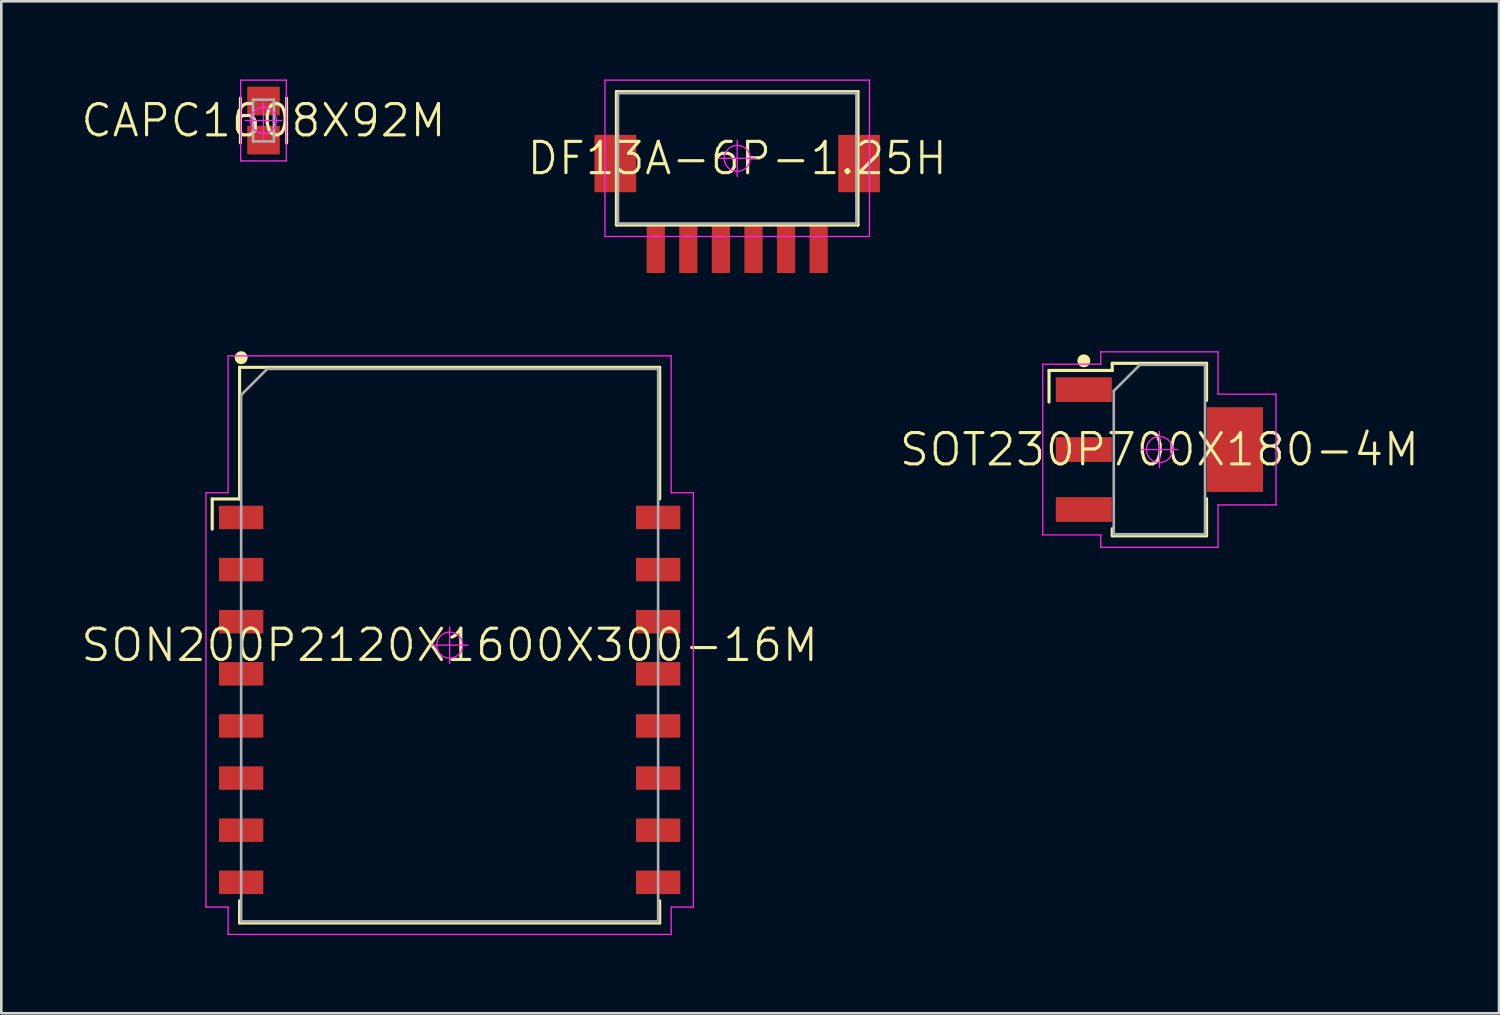
<source format=kicad_pcb>
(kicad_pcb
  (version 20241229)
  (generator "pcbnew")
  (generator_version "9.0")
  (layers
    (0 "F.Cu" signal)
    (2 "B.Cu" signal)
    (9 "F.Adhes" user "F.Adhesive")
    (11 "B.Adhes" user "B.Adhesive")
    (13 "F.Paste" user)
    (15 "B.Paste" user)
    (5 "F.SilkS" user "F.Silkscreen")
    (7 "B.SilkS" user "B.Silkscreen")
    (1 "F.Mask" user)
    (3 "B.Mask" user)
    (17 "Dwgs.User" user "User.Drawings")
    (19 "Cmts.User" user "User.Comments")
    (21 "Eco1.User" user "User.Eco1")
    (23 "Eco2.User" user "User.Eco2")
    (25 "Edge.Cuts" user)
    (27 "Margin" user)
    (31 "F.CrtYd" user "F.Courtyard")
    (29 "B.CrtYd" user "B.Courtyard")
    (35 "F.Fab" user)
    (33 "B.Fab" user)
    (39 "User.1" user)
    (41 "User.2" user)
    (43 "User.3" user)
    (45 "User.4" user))
  (footprint "CAPC1608X92M"
    (layer "F.Cu")
    (at 7.06 1.575)
    (property "Reference" "CAPC1608X92M" (at 0 0 0) (layer "F.SilkS") (effects (font (size 1.2 1.2) (thickness 0.12))))
    (attr smd)
    (fp_line (start -0.885 -0.86) (end -0.885 0.86) (stroke (width 0.12) (type solid)) (layer "F.SilkS"))
    (fp_line (start 0.885 -0.86) (end 0.885 0.86) (stroke (width 0.12) (type solid)) (layer "F.SilkS"))
    (fp_line (start -0.875 -1.55) (end -0.875 -1.05) (stroke (width 0.05) (type solid)) (layer "F.CrtYd"))
    (fp_line (start -0.875 -1.05) (end -0.875 1.05) (stroke (width 0.05) (type solid)) (layer "F.CrtYd"))
    (fp_line (start -0.875 1.05) (end -0.875 1.55) (stroke (width 0.05) (type solid)) (layer "F.CrtYd"))
    (fp_line (start -0.875 1.55) (end 0.875 1.55) (stroke (width 0.05) (type solid)) (layer "F.CrtYd"))
    (fp_line (start -0.7 0) (end 0.7 0) (stroke (width 0.05) (type solid)) (layer "F.CrtYd"))
    (fp_line (start 0 -0.7) (end 0 0.7) (stroke (width 0.05) (type solid)) (layer "F.CrtYd"))
    (fp_line (start 0.875 -1.55) (end -0.875 -1.55) (stroke (width 0.05) (type solid)) (layer "F.CrtYd"))
    (fp_line (start 0.875 -1.05) (end 0.875 -1.55) (stroke (width 0.05) (type solid)) (layer "F.CrtYd"))
    (fp_line (start 0.875 1.05) (end 0.875 -1.05) (stroke (width 0.05) (type solid)) (layer "F.CrtYd"))
    (fp_line (start 0.875 1.55) (end 0.875 1.05) (stroke (width 0.05) (type solid)) (layer "F.CrtYd"))
    (fp_circle (center 0 0) (end 0 0.5) (stroke (width 0.05) (type solid)) (fill no) (layer "F.CrtYd"))
    (fp_line (start -0.4 -0.8) (end 0.4 -0.8) (stroke (width 0.1) (type solid)) (layer "F.Fab"))
    (fp_line (start -0.4 0.8) (end -0.4 -0.8) (stroke (width 0.1) (type solid)) (layer "F.Fab"))
    (fp_line (start 0.4 -0.8) (end 0.4 0.8) (stroke (width 0.1) (type solid)) (layer "F.Fab"))
    (fp_line (start 0.4 0.8) (end -0.4 0.8) (stroke (width 0.1) (type solid)) (layer "F.Fab"))
    (pad "1" smd rect (at 0 -0.75) (size 1.25 1.1) (layers "F.Cu" "F.Mask" "F.Paste"))
    (pad "2" smd rect (at 0 0.75) (size 1.25 1.1) (layers "F.Cu" "F.Mask" "F.Paste")))
  (footprint "SON200P2120X1600X300-16M"
    (layer "F.Cu")
    (at 14.203 21.705)
    (property "Reference" "SON200P2120X1600X300-16M" (at 0 0 0) (layer "F.SilkS") (effects (font (size 1.2 1.2) (thickness 0.12))))
    (attr smd)
    (fp_line (start -9.11 -5.61) (end -8.06 -5.61) (stroke (width 0.12) (type solid)) (layer "F.SilkS"))
    (fp_line (start -9.11 -4.45) (end -9.11 -5.61) (stroke (width 0.12) (type solid)) (layer "F.SilkS"))
    (fp_line (start -8.06 -10.66) (end 8.06 -10.66) (stroke (width 0.12) (type solid)) (layer "F.SilkS"))
    (fp_line (start -8.06 -5.61) (end -8.06 -10.66) (stroke (width 0.12) (type solid)) (layer "F.SilkS"))
    (fp_line (start -8.06 9.81) (end -8.06 10.66) (stroke (width 0.12) (type solid)) (layer "F.SilkS"))
    (fp_line (start -8.06 10.66) (end 8.06 10.66) (stroke (width 0.12) (type solid)) (layer "F.SilkS"))
    (fp_line (start 8.06 -10.66) (end 8.06 -5.61) (stroke (width 0.12) (type solid)) (layer "F.SilkS"))
    (fp_line (start 8.06 10.66) (end 8.06 9.81) (stroke (width 0.12) (type solid)) (layer "F.SilkS"))
    (fp_circle (center -8 -11.03) (end -8 -10.905) (stroke (width 0.25) (type solid)) (fill no) (layer "F.SilkS"))
    (fp_line (start -9.35 -5.85) (end -8.5 -5.85) (stroke (width 0.05) (type solid)) (layer "F.CrtYd"))
    (fp_line (start -9.35 10.05) (end -9.35 -5.85) (stroke (width 0.05) (type solid)) (layer "F.CrtYd"))
    (fp_line (start -8.5 -11.1) (end 8.5 -11.1) (stroke (width 0.05) (type solid)) (layer "F.CrtYd"))
    (fp_line (start -8.5 -5.85) (end -8.5 -11.1) (stroke (width 0.05) (type solid)) (layer "F.CrtYd"))
    (fp_line (start -8.5 10.05) (end -9.35 10.05) (stroke (width 0.05) (type solid)) (layer "F.CrtYd"))
    (fp_line (start -8.5 11.1) (end -8.5 10.05) (stroke (width 0.05) (type solid)) (layer "F.CrtYd"))
    (fp_line (start -0.7 0) (end 0.7 0) (stroke (width 0.05) (type solid)) (layer "F.CrtYd"))
    (fp_line (start 0 -0.7) (end 0 0.7) (stroke (width 0.05) (type solid)) (layer "F.CrtYd"))
    (fp_line (start 8.5 -11.1) (end 8.5 -5.85) (stroke (width 0.05) (type solid)) (layer "F.CrtYd"))
    (fp_line (start 8.5 -5.85) (end 9.35 -5.85) (stroke (width 0.05) (type solid)) (layer "F.CrtYd"))
    (fp_line (start 8.5 10.05) (end 8.5 11.1) (stroke (width 0.05) (type solid)) (layer "F.CrtYd"))
    (fp_line (start 8.5 11.1) (end -8.5 11.1) (stroke (width 0.05) (type solid)) (layer "F.CrtYd"))
    (fp_line (start 9.35 -5.85) (end 9.35 10.05) (stroke (width 0.05) (type solid)) (layer "F.CrtYd"))
    (fp_line (start 9.35 10.05) (end 8.5 10.05) (stroke (width 0.05) (type solid)) (layer "F.CrtYd"))
    (fp_circle (center 0 0) (end 0 0.5) (stroke (width 0.05) (type solid)) (fill no) (layer "F.CrtYd"))
    (fp_line (start -8 -9.6) (end -7 -10.6) (stroke (width 0.1) (type solid)) (layer "F.Fab"))
    (fp_line (start -8 10.6) (end -8 -9.6) (stroke (width 0.1) (type solid)) (layer "F.Fab"))
    (fp_line (start -7 -10.6) (end 8 -10.6) (stroke (width 0.1) (type solid)) (layer "F.Fab"))
    (fp_line (start 8 -10.6) (end 8 10.6) (stroke (width 0.1) (type solid)) (layer "F.Fab"))
    (fp_line (start 8 10.6) (end -8 10.6) (stroke (width 0.1) (type solid)) (layer "F.Fab"))
    (pad "1" smd rect (at -8 -4.9) (size 1.7 0.9) (layers "F.Cu" "F.Mask" "F.Paste"))
    (pad "2" smd rect (at -8 -2.9) (size 1.7 0.9) (layers "F.Cu" "F.Mask" "F.Paste"))
    (pad "3" smd rect (at -8 -0.9) (size 1.7 0.9) (layers "F.Cu" "F.Mask" "F.Paste"))
    (pad "4" smd rect (at -8 1.1) (size 1.7 0.9) (layers "F.Cu" "F.Mask" "F.Paste"))
    (pad "5" smd rect (at -8 3.1) (size 1.7 0.9) (layers "F.Cu" "F.Mask" "F.Paste"))
    (pad "6" smd rect (at -8 5.1) (size 1.7 0.9) (layers "F.Cu" "F.Mask" "F.Paste"))
    (pad "7" smd rect (at -8 7.1) (size 1.7 0.9) (layers "F.Cu" "F.Mask" "F.Paste"))
    (pad "8" smd rect (at -8 9.1) (size 1.7 0.9) (layers "F.Cu" "F.Mask" "F.Paste"))
    (pad "9" smd rect (at 8 9.1) (size 1.7 0.9) (layers "F.Cu" "F.Mask" "F.Paste"))
    (pad "10" smd rect (at 8 7.1) (size 1.7 0.9) (layers "F.Cu" "F.Mask" "F.Paste"))
    (pad "11" smd rect (at 8 5.1) (size 1.7 0.9) (layers "F.Cu" "F.Mask" "F.Paste"))
    (pad "12" smd rect (at 8 3.1) (size 1.7 0.9) (layers "F.Cu" "F.Mask" "F.Paste"))
    (pad "13" smd rect (at 8 1.1) (size 1.7 0.9) (layers "F.Cu" "F.Mask" "F.Paste"))
    (pad "14" smd rect (at 8 -0.9) (size 1.7 0.9) (layers "F.Cu" "F.Mask" "F.Paste"))
    (pad "15" smd rect (at 8 -2.9) (size 1.7 0.9) (layers "F.Cu" "F.Mask" "F.Paste"))
    (pad "16" smd rect (at 8 -4.9) (size 1.7 0.9) (layers "F.Cu" "F.Mask" "F.Paste")))
  (footprint "SOT230P700X180-4M"
    (layer "F.Cu")
    (at 41.437 14.2)
    (property "Reference" "SOT230P700X180-4M" (at 0 0 0) (layer "F.SilkS") (effects (font (size 1.2 1.2) (thickness 0.12))))
    (attr smd)
    (fp_line (start -4.235 -3.035) (end -1.81 -3.035) (stroke (width 0.12) (type solid)) (layer "F.SilkS"))
    (fp_line (start -4.235 -1.825) (end -4.235 -3.035) (stroke (width 0.12) (type solid)) (layer "F.SilkS"))
    (fp_line (start -1.81 -3.31) (end 1.81 -3.31) (stroke (width 0.12) (type solid)) (layer "F.SilkS"))
    (fp_line (start -1.81 -3.035) (end -1.81 -3.31) (stroke (width 0.12) (type solid)) (layer "F.SilkS"))
    (fp_line (start -1.81 3.035) (end -1.81 3.31) (stroke (width 0.12) (type solid)) (layer "F.SilkS"))
    (fp_line (start -1.81 3.31) (end 1.81 3.31) (stroke (width 0.12) (type solid)) (layer "F.SilkS"))
    (fp_line (start 1.81 -3.31) (end 1.81 -1.885) (stroke (width 0.12) (type solid)) (layer "F.SilkS"))
    (fp_line (start 1.81 3.31) (end 1.81 1.885) (stroke (width 0.12) (type solid)) (layer "F.SilkS"))
    (fp_circle (center -2.9 -3.405) (end -2.9 -3.28) (stroke (width 0.25) (type solid)) (fill no) (layer "F.SilkS"))
    (fp_line (start -4.475 -3.275) (end -2.25 -3.275) (stroke (width 0.05) (type solid)) (layer "F.CrtYd"))
    (fp_line (start -4.475 3.275) (end -4.475 -3.275) (stroke (width 0.05) (type solid)) (layer "F.CrtYd"))
    (fp_line (start -2.25 -3.75) (end 2.25 -3.75) (stroke (width 0.05) (type solid)) (layer "F.CrtYd"))
    (fp_line (start -2.25 -3.275) (end -2.25 -3.75) (stroke (width 0.05) (type solid)) (layer "F.CrtYd"))
    (fp_line (start -2.25 3.275) (end -4.475 3.275) (stroke (width 0.05) (type solid)) (layer "F.CrtYd"))
    (fp_line (start -2.25 3.75) (end -2.25 3.275) (stroke (width 0.05) (type solid)) (layer "F.CrtYd"))
    (fp_line (start -0.7 0) (end 0.7 0) (stroke (width 0.05) (type solid)) (layer "F.CrtYd"))
    (fp_line (start 0 -0.7) (end 0 0.7) (stroke (width 0.05) (type solid)) (layer "F.CrtYd"))
    (fp_line (start 2.25 -3.75) (end 2.25 -2.125) (stroke (width 0.05) (type solid)) (layer "F.CrtYd"))
    (fp_line (start 2.25 -2.125) (end 4.475 -2.125) (stroke (width 0.05) (type solid)) (layer "F.CrtYd"))
    (fp_line (start 2.25 2.125) (end 2.25 3.75) (stroke (width 0.05) (type solid)) (layer "F.CrtYd"))
    (fp_line (start 2.25 3.75) (end -2.25 3.75) (stroke (width 0.05) (type solid)) (layer "F.CrtYd"))
    (fp_line (start 4.475 -2.125) (end 4.475 2.125) (stroke (width 0.05) (type solid)) (layer "F.CrtYd"))
    (fp_line (start 4.475 2.125) (end 2.25 2.125) (stroke (width 0.05) (type solid)) (layer "F.CrtYd"))
    (fp_circle (center 0 0) (end 0 0.5) (stroke (width 0.05) (type solid)) (fill no) (layer "F.CrtYd"))
    (fp_line (start -1.75 -2.25) (end -0.75 -3.25) (stroke (width 0.1) (type solid)) (layer "F.Fab"))
    (fp_line (start -1.75 3.25) (end -1.75 -2.25) (stroke (width 0.1) (type solid)) (layer "F.Fab"))
    (fp_line (start -0.75 -3.25) (end 1.75 -3.25) (stroke (width 0.1) (type solid)) (layer "F.Fab"))
    (fp_line (start 1.75 -3.25) (end 1.75 3.25) (stroke (width 0.1) (type solid)) (layer "F.Fab"))
    (fp_line (start 1.75 3.25) (end -1.75 3.25) (stroke (width 0.1) (type solid)) (layer "F.Fab"))
    (pad "1" smd rect (at -2.9 -2.3) (size 2.15 0.95) (layers "F.Cu" "F.Mask" "F.Paste"))
    (pad "2" smd rect (at -2.9 0) (size 2.15 0.95) (layers "F.Cu" "F.Mask" "F.Paste"))
    (pad "3" smd rect (at -2.9 2.3) (size 2.15 0.95) (layers "F.Cu" "F.Mask" "F.Paste"))
    (pad "4" smd rect (at 2.9 0) (size 2.15 3.25) (layers "F.Cu" "F.Mask" "F.Paste")))
  (footprint "DF13A-6P-1.25H"
    (layer "F.Cu")
    (at 25.237 3.025)
    (property "Reference" "DF13A-6P-1.25H" (at 0 0 0) (layer "F.SilkS") (effects (font (size 1.2 1.2) (thickness 0.12))))
    (attr smd)
    (fp_line (start -4.635 -2.56) (end 4.635 -2.56) (stroke (width 0.12) (type solid)) (layer "F.SilkS"))
    (fp_line (start -4.635 2.56) (end -4.635 -2.56) (stroke (width 0.12) (type solid)) (layer "F.SilkS"))
    (fp_line (start 4.635 -2.56) (end 4.635 2.56) (stroke (width 0.12) (type solid)) (layer "F.SilkS"))
    (fp_line (start 4.635 2.56) (end -4.635 2.56) (stroke (width 0.12) (type solid)) (layer "F.SilkS"))
    (fp_line (start -5.075 -3) (end 5.075 -3) (stroke (width 0.05) (type solid)) (layer "F.CrtYd"))
    (fp_line (start -5.075 3) (end -5.075 -3) (stroke (width 0.05) (type solid)) (layer "F.CrtYd"))
    (fp_line (start -0.7 0) (end 0.7 0) (stroke (width 0.05) (type solid)) (layer "F.CrtYd"))
    (fp_line (start 0 -0.7) (end 0 0.7) (stroke (width 0.05) (type solid)) (layer "F.CrtYd"))
    (fp_line (start 5.075 -3) (end 5.075 3) (stroke (width 0.05) (type solid)) (layer "F.CrtYd"))
    (fp_line (start 5.075 3) (end -5.075 3) (stroke (width 0.05) (type solid)) (layer "F.CrtYd"))
    (fp_circle (center 0 0) (end 0 0.5) (stroke (width 0.05) (type solid)) (fill no) (layer "F.CrtYd"))
    (fp_line (start -4.575 -2.5) (end 4.575 -2.5) (stroke (width 0.1) (type solid)) (layer "F.Fab"))
    (fp_line (start -4.575 2.5) (end -4.575 -2.5) (stroke (width 0.1) (type solid)) (layer "F.Fab"))
    (fp_line (start 4.575 -2.5) (end 4.575 2.5) (stroke (width 0.1) (type solid)) (layer "F.Fab"))
    (fp_line (start 4.575 2.5) (end -4.575 2.5) (stroke (width 0.1) (type solid)) (layer "F.Fab"))
    (pad "1" smd rect (at -3.125 3.5) (size 0.7 1.8) (layers "F.Cu" "F.Mask" "F.Paste"))
    (pad "2" smd rect (at -1.875 3.5) (size 0.7 1.8) (layers "F.Cu" "F.Mask" "F.Paste"))
    (pad "3" smd rect (at -0.625 3.5) (size 0.7 1.8) (layers "F.Cu" "F.Mask" "F.Paste"))
    (pad "4" smd rect (at 0.625 3.5) (size 0.7 1.8) (layers "F.Cu" "F.Mask" "F.Paste"))
    (pad "5" smd rect (at 1.875 3.5) (size 0.7 1.8) (layers "F.Cu" "F.Mask" "F.Paste"))
    (pad "6" smd rect (at 3.125 3.5) (size 0.7 1.8) (layers "F.Cu" "F.Mask" "F.Paste"))
    (pad "7" smd rect (at -4.675 0.2) (size 1.6 2.2) (layers "F.Cu" "F.Mask" "F.Paste"))
    (pad "8" smd rect (at 4.675 0.2) (size 1.6 2.2) (layers "F.Cu" "F.Mask" "F.Paste")))
  (gr_rect
    (start -3 -3)
    (end 54.469 35.83)
    (stroke (width 0.1) (type default))
    (fill no)
    (layer "Edge.Cuts")))
</source>
